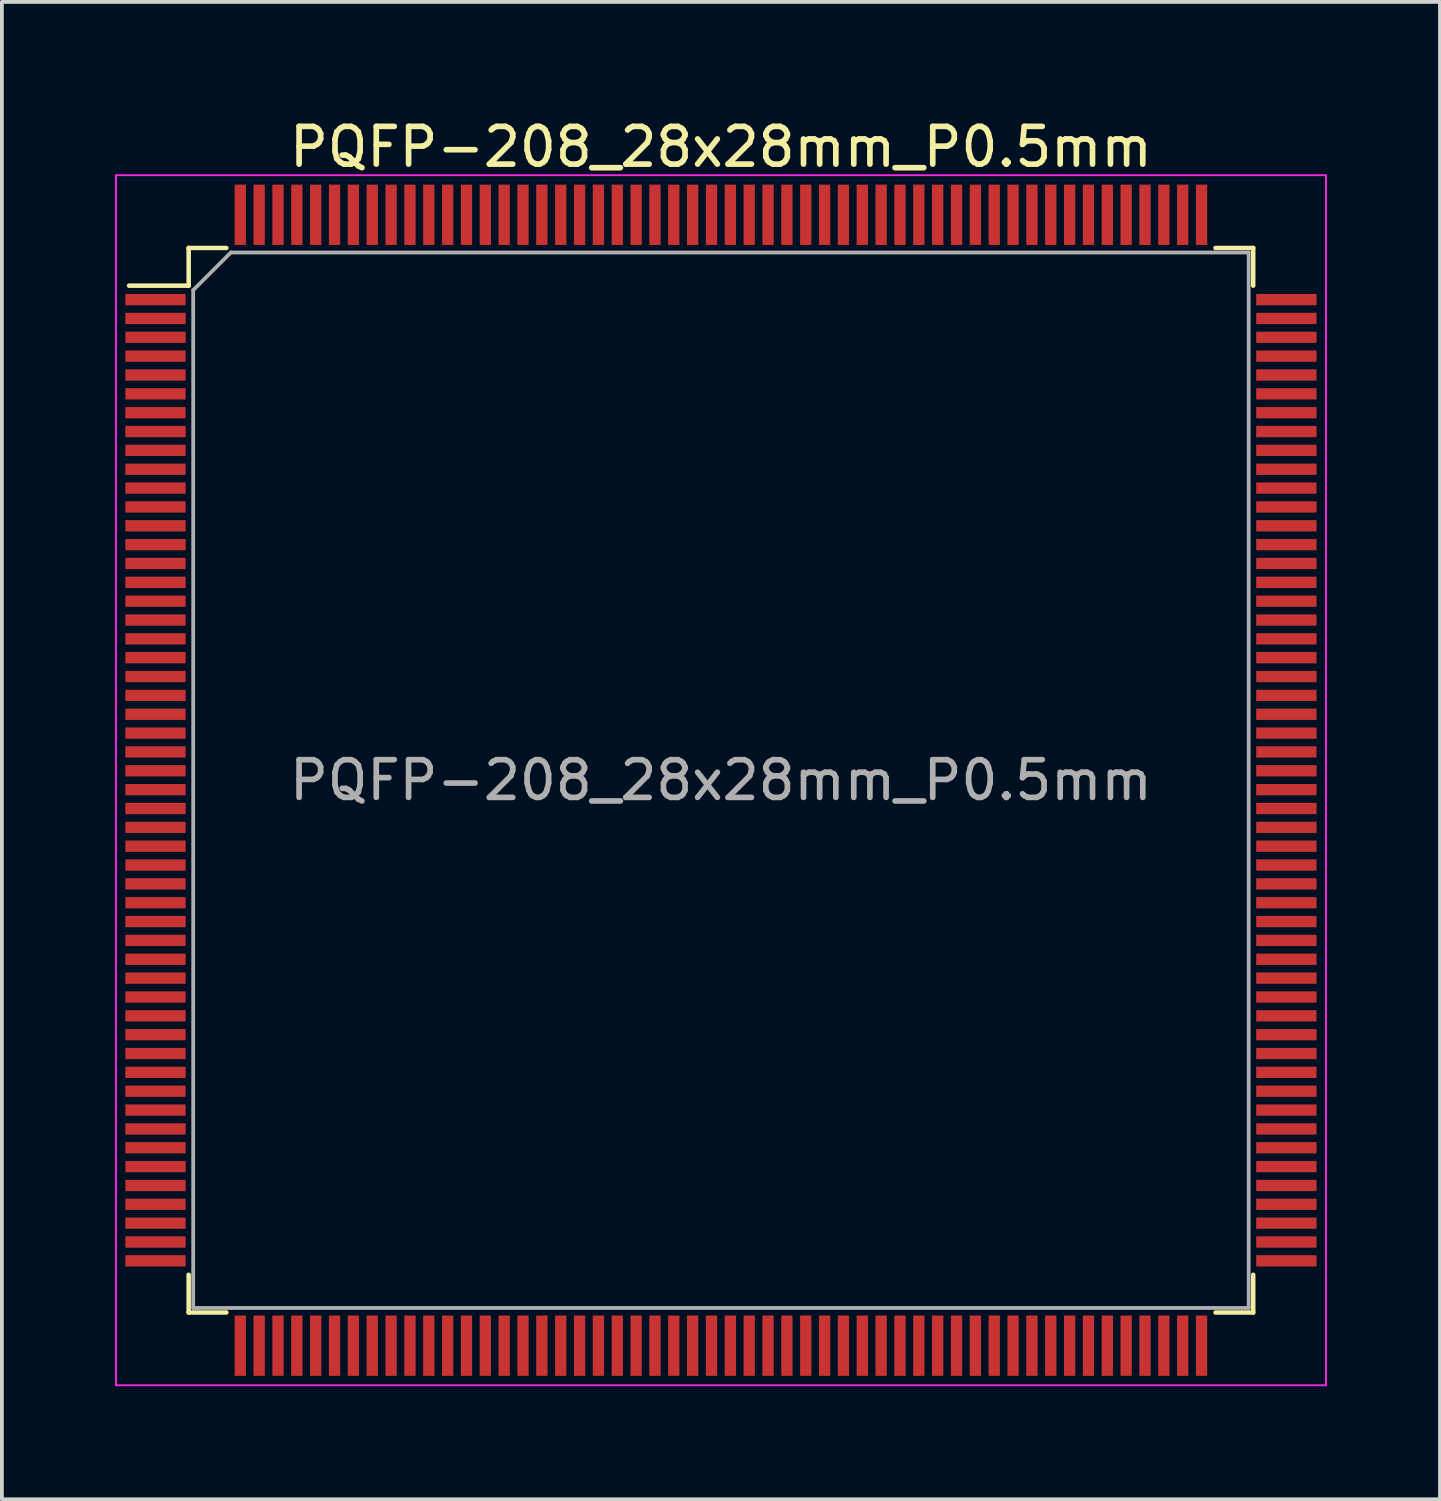
<source format=kicad_pcb>
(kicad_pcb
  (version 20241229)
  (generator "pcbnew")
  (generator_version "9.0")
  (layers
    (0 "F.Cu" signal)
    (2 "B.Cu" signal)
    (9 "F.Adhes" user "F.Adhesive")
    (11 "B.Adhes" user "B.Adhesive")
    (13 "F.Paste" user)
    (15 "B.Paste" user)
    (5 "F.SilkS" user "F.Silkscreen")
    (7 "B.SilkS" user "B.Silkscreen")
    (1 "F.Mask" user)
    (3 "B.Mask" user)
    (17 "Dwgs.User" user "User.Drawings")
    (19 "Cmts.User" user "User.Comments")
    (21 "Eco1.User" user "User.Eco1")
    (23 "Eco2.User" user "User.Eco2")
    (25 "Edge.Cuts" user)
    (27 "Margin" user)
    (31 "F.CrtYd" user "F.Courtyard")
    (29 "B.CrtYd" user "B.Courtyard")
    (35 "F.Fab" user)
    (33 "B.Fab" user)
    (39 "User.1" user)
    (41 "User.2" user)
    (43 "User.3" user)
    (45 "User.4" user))
  (footprint "PQFP-208_28x28mm_P0.5mm"
    (layer "F.Cu")
    (at 16.075 17.648)
    (property "Reference" "PQFP-208_28x28mm_P0.5mm" (at 0 -16.8 0) (layer "F.SilkS") (effects (font (size 1 1) (thickness 0.15))))
    (attr smd)
    (fp_line (start -15.7 -13.12) (end -14.12 -13.12) (stroke (width 0.12) (type solid)) (layer "F.SilkS"))
    (fp_line (start -14.12 -14.12) (end -14.12 -13.12) (stroke (width 0.12) (type solid)) (layer "F.SilkS"))
    (fp_line (start -14.12 14.12) (end -14.12 13.12) (stroke (width 0.12) (type solid)) (layer "F.SilkS"))
    (fp_line (start -13.12 -14.12) (end -14.12 -14.12) (stroke (width 0.12) (type solid)) (layer "F.SilkS"))
    (fp_line (start -13.12 14.12) (end -14.12 14.12) (stroke (width 0.12) (type solid)) (layer "F.SilkS"))
    (fp_line (start 13.12 -14.12) (end 14.12 -14.12) (stroke (width 0.12) (type solid)) (layer "F.SilkS"))
    (fp_line (start 13.12 14.12) (end 14.12 14.12) (stroke (width 0.12) (type solid)) (layer "F.SilkS"))
    (fp_line (start 14.12 -14.12) (end 14.12 -13.12) (stroke (width 0.12) (type solid)) (layer "F.SilkS"))
    (fp_line (start 14.12 14.12) (end 14.12 13.12) (stroke (width 0.12) (type solid)) (layer "F.SilkS"))
    (fp_line (start -16.05 -16.05) (end 16.05 -16.05) (stroke (width 0.05) (type solid)) (layer "F.CrtYd"))
    (fp_line (start -16.05 16.05) (end -16.05 -16.05) (stroke (width 0.05) (type solid)) (layer "F.CrtYd"))
    (fp_line (start 16.05 -16.05) (end 16.05 16.05) (stroke (width 0.05) (type solid)) (layer "F.CrtYd"))
    (fp_line (start 16.05 16.05) (end -16.05 16.05) (stroke (width 0.05) (type solid)) (layer "F.CrtYd"))
    (fp_line (start -14 -13) (end -14 14) (stroke (width 0.1) (type solid)) (layer "F.Fab"))
    (fp_line (start -14 14) (end 14 14) (stroke (width 0.1) (type solid)) (layer "F.Fab"))
    (fp_line (start -13 -14) (end -14 -13) (stroke (width 0.1) (type solid)) (layer "F.Fab"))
    (fp_line (start 14 -14) (end -13 -14) (stroke (width 0.1) (type solid)) (layer "F.Fab"))
    (fp_line (start 14 14) (end 14 -14) (stroke (width 0.1) (type solid)) (layer "F.Fab"))
    (fp_text user "${REFERENCE}" (at 0 0 0) (layer "F.Fab") (effects (font (size 1 1) (thickness 0.15))))
    (pad "1" smd rect (at -15 -12.75) (size 1.6 0.3) (layers "F.Cu" "F.Mask" "F.Paste"))
    (pad "2" smd rect (at -15 -12.25) (size 1.6 0.3) (layers "F.Cu" "F.Mask" "F.Paste"))
    (pad "3" smd rect (at -15 -11.75) (size 1.6 0.3) (layers "F.Cu" "F.Mask" "F.Paste"))
    (pad "4" smd rect (at -15 -11.25) (size 1.6 0.3) (layers "F.Cu" "F.Mask" "F.Paste"))
    (pad "5" smd rect (at -15 -10.75) (size 1.6 0.3) (layers "F.Cu" "F.Mask" "F.Paste"))
    (pad "6" smd rect (at -15 -10.25) (size 1.6 0.3) (layers "F.Cu" "F.Mask" "F.Paste"))
    (pad "7" smd rect (at -15 -9.75) (size 1.6 0.3) (layers "F.Cu" "F.Mask" "F.Paste"))
    (pad "8" smd rect (at -15 -9.25) (size 1.6 0.3) (layers "F.Cu" "F.Mask" "F.Paste"))
    (pad "9" smd rect (at -15 -8.75) (size 1.6 0.3) (layers "F.Cu" "F.Mask" "F.Paste"))
    (pad "10" smd rect (at -15 -8.25) (size 1.6 0.3) (layers "F.Cu" "F.Mask" "F.Paste"))
    (pad "11" smd rect (at -15 -7.75) (size 1.6 0.3) (layers "F.Cu" "F.Mask" "F.Paste"))
    (pad "12" smd rect (at -15 -7.25) (size 1.6 0.3) (layers "F.Cu" "F.Mask" "F.Paste"))
    (pad "13" smd rect (at -15 -6.75) (size 1.6 0.3) (layers "F.Cu" "F.Mask" "F.Paste"))
    (pad "14" smd rect (at -15 -6.25) (size 1.6 0.3) (layers "F.Cu" "F.Mask" "F.Paste"))
    (pad "15" smd rect (at -15 -5.75) (size 1.6 0.3) (layers "F.Cu" "F.Mask" "F.Paste"))
    (pad "16" smd rect (at -15 -5.25) (size 1.6 0.3) (layers "F.Cu" "F.Mask" "F.Paste"))
    (pad "17" smd rect (at -15 -4.75) (size 1.6 0.3) (layers "F.Cu" "F.Mask" "F.Paste"))
    (pad "18" smd rect (at -15 -4.25) (size 1.6 0.3) (layers "F.Cu" "F.Mask" "F.Paste"))
    (pad "19" smd rect (at -15 -3.75) (size 1.6 0.3) (layers "F.Cu" "F.Mask" "F.Paste"))
    (pad "20" smd rect (at -15 -3.25) (size 1.6 0.3) (layers "F.Cu" "F.Mask" "F.Paste"))
    (pad "21" smd rect (at -15 -2.75) (size 1.6 0.3) (layers "F.Cu" "F.Mask" "F.Paste"))
    (pad "22" smd rect (at -15 -2.25) (size 1.6 0.3) (layers "F.Cu" "F.Mask" "F.Paste"))
    (pad "23" smd rect (at -15 -1.75) (size 1.6 0.3) (layers "F.Cu" "F.Mask" "F.Paste"))
    (pad "24" smd rect (at -15 -1.25) (size 1.6 0.3) (layers "F.Cu" "F.Mask" "F.Paste"))
    (pad "25" smd rect (at -15 -0.75) (size 1.6 0.3) (layers "F.Cu" "F.Mask" "F.Paste"))
    (pad "26" smd rect (at -15 -0.25) (size 1.6 0.3) (layers "F.Cu" "F.Mask" "F.Paste"))
    (pad "27" smd rect (at -15 0.25) (size 1.6 0.3) (layers "F.Cu" "F.Mask" "F.Paste"))
    (pad "28" smd rect (at -15 0.75) (size 1.6 0.3) (layers "F.Cu" "F.Mask" "F.Paste"))
    (pad "29" smd rect (at -15 1.25) (size 1.6 0.3) (layers "F.Cu" "F.Mask" "F.Paste"))
    (pad "30" smd rect (at -15 1.75) (size 1.6 0.3) (layers "F.Cu" "F.Mask" "F.Paste"))
    (pad "31" smd rect (at -15 2.25) (size 1.6 0.3) (layers "F.Cu" "F.Mask" "F.Paste"))
    (pad "32" smd rect (at -15 2.75) (size 1.6 0.3) (layers "F.Cu" "F.Mask" "F.Paste"))
    (pad "33" smd rect (at -15 3.25) (size 1.6 0.3) (layers "F.Cu" "F.Mask" "F.Paste"))
    (pad "34" smd rect (at -15 3.75) (size 1.6 0.3) (layers "F.Cu" "F.Mask" "F.Paste"))
    (pad "35" smd rect (at -15 4.25) (size 1.6 0.3) (layers "F.Cu" "F.Mask" "F.Paste"))
    (pad "36" smd rect (at -15 4.75) (size 1.6 0.3) (layers "F.Cu" "F.Mask" "F.Paste"))
    (pad "37" smd rect (at -15 5.25) (size 1.6 0.3) (layers "F.Cu" "F.Mask" "F.Paste"))
    (pad "38" smd rect (at -15 5.75) (size 1.6 0.3) (layers "F.Cu" "F.Mask" "F.Paste"))
    (pad "39" smd rect (at -15 6.25) (size 1.6 0.3) (layers "F.Cu" "F.Mask" "F.Paste"))
    (pad "40" smd rect (at -15 6.75) (size 1.6 0.3) (layers "F.Cu" "F.Mask" "F.Paste"))
    (pad "41" smd rect (at -15 7.25) (size 1.6 0.3) (layers "F.Cu" "F.Mask" "F.Paste"))
    (pad "42" smd rect (at -15 7.75) (size 1.6 0.3) (layers "F.Cu" "F.Mask" "F.Paste"))
    (pad "43" smd rect (at -15 8.25) (size 1.6 0.3) (layers "F.Cu" "F.Mask" "F.Paste"))
    (pad "44" smd rect (at -15 8.75) (size 1.6 0.3) (layers "F.Cu" "F.Mask" "F.Paste"))
    (pad "45" smd rect (at -15 9.25) (size 1.6 0.3) (layers "F.Cu" "F.Mask" "F.Paste"))
    (pad "46" smd rect (at -15 9.75) (size 1.6 0.3) (layers "F.Cu" "F.Mask" "F.Paste"))
    (pad "47" smd rect (at -15 10.25) (size 1.6 0.3) (layers "F.Cu" "F.Mask" "F.Paste"))
    (pad "48" smd rect (at -15 10.75) (size 1.6 0.3) (layers "F.Cu" "F.Mask" "F.Paste"))
    (pad "49" smd rect (at -15 11.25) (size 1.6 0.3) (layers "F.Cu" "F.Mask" "F.Paste"))
    (pad "50" smd rect (at -15 11.75) (size 1.6 0.3) (layers "F.Cu" "F.Mask" "F.Paste"))
    (pad "51" smd rect (at -15 12.25) (size 1.6 0.3) (layers "F.Cu" "F.Mask" "F.Paste"))
    (pad "52" smd rect (at -15 12.75) (size 1.6 0.3) (layers "F.Cu" "F.Mask" "F.Paste"))
    (pad "53" smd rect (at -12.75 15) (size 0.3 1.6) (layers "F.Cu" "F.Mask" "F.Paste"))
    (pad "54" smd rect (at -12.25 15) (size 0.3 1.6) (layers "F.Cu" "F.Mask" "F.Paste"))
    (pad "55" smd rect (at -11.75 15) (size 0.3 1.6) (layers "F.Cu" "F.Mask" "F.Paste"))
    (pad "56" smd rect (at -11.25 15) (size 0.3 1.6) (layers "F.Cu" "F.Mask" "F.Paste"))
    (pad "57" smd rect (at -10.75 15) (size 0.3 1.6) (layers "F.Cu" "F.Mask" "F.Paste"))
    (pad "58" smd rect (at -10.25 15) (size 0.3 1.6) (layers "F.Cu" "F.Mask" "F.Paste"))
    (pad "59" smd rect (at -9.75 15) (size 0.3 1.6) (layers "F.Cu" "F.Mask" "F.Paste"))
    (pad "60" smd rect (at -9.25 15) (size 0.3 1.6) (layers "F.Cu" "F.Mask" "F.Paste"))
    (pad "61" smd rect (at -8.75 15) (size 0.3 1.6) (layers "F.Cu" "F.Mask" "F.Paste"))
    (pad "62" smd rect (at -8.25 15) (size 0.3 1.6) (layers "F.Cu" "F.Mask" "F.Paste"))
    (pad "63" smd rect (at -7.75 15) (size 0.3 1.6) (layers "F.Cu" "F.Mask" "F.Paste"))
    (pad "64" smd rect (at -7.25 15) (size 0.3 1.6) (layers "F.Cu" "F.Mask" "F.Paste"))
    (pad "65" smd rect (at -6.75 15) (size 0.3 1.6) (layers "F.Cu" "F.Mask" "F.Paste"))
    (pad "66" smd rect (at -6.25 15) (size 0.3 1.6) (layers "F.Cu" "F.Mask" "F.Paste"))
    (pad "67" smd rect (at -5.75 15) (size 0.3 1.6) (layers "F.Cu" "F.Mask" "F.Paste"))
    (pad "68" smd rect (at -5.25 15) (size 0.3 1.6) (layers "F.Cu" "F.Mask" "F.Paste"))
    (pad "69" smd rect (at -4.75 15) (size 0.3 1.6) (layers "F.Cu" "F.Mask" "F.Paste"))
    (pad "70" smd rect (at -4.25 15) (size 0.3 1.6) (layers "F.Cu" "F.Mask" "F.Paste"))
    (pad "71" smd rect (at -3.75 15) (size 0.3 1.6) (layers "F.Cu" "F.Mask" "F.Paste"))
    (pad "72" smd rect (at -3.25 15) (size 0.3 1.6) (layers "F.Cu" "F.Mask" "F.Paste"))
    (pad "73" smd rect (at -2.75 15) (size 0.3 1.6) (layers "F.Cu" "F.Mask" "F.Paste"))
    (pad "74" smd rect (at -2.25 15) (size 0.3 1.6) (layers "F.Cu" "F.Mask" "F.Paste"))
    (pad "75" smd rect (at -1.75 15) (size 0.3 1.6) (layers "F.Cu" "F.Mask" "F.Paste"))
    (pad "76" smd rect (at -1.25 15) (size 0.3 1.6) (layers "F.Cu" "F.Mask" "F.Paste"))
    (pad "77" smd rect (at -0.75 15) (size 0.3 1.6) (layers "F.Cu" "F.Mask" "F.Paste"))
    (pad "78" smd rect (at -0.25 15) (size 0.3 1.6) (layers "F.Cu" "F.Mask" "F.Paste"))
    (pad "79" smd rect (at 0.25 15) (size 0.3 1.6) (layers "F.Cu" "F.Mask" "F.Paste"))
    (pad "80" smd rect (at 0.75 15) (size 0.3 1.6) (layers "F.Cu" "F.Mask" "F.Paste"))
    (pad "81" smd rect (at 1.25 15) (size 0.3 1.6) (layers "F.Cu" "F.Mask" "F.Paste"))
    (pad "82" smd rect (at 1.75 15) (size 0.3 1.6) (layers "F.Cu" "F.Mask" "F.Paste"))
    (pad "83" smd rect (at 2.25 15) (size 0.3 1.6) (layers "F.Cu" "F.Mask" "F.Paste"))
    (pad "84" smd rect (at 2.75 15) (size 0.3 1.6) (layers "F.Cu" "F.Mask" "F.Paste"))
    (pad "85" smd rect (at 3.25 15) (size 0.3 1.6) (layers "F.Cu" "F.Mask" "F.Paste"))
    (pad "86" smd rect (at 3.75 15) (size 0.3 1.6) (layers "F.Cu" "F.Mask" "F.Paste"))
    (pad "87" smd rect (at 4.25 15) (size 0.3 1.6) (layers "F.Cu" "F.Mask" "F.Paste"))
    (pad "88" smd rect (at 4.75 15) (size 0.3 1.6) (layers "F.Cu" "F.Mask" "F.Paste"))
    (pad "89" smd rect (at 5.25 15) (size 0.3 1.6) (layers "F.Cu" "F.Mask" "F.Paste"))
    (pad "90" smd rect (at 5.75 15) (size 0.3 1.6) (layers "F.Cu" "F.Mask" "F.Paste"))
    (pad "91" smd rect (at 6.25 15) (size 0.3 1.6) (layers "F.Cu" "F.Mask" "F.Paste"))
    (pad "92" smd rect (at 6.75 15) (size 0.3 1.6) (layers "F.Cu" "F.Mask" "F.Paste"))
    (pad "93" smd rect (at 7.25 15) (size 0.3 1.6) (layers "F.Cu" "F.Mask" "F.Paste"))
    (pad "94" smd rect (at 7.75 15) (size 0.3 1.6) (layers "F.Cu" "F.Mask" "F.Paste"))
    (pad "95" smd rect (at 8.25 15) (size 0.3 1.6) (layers "F.Cu" "F.Mask" "F.Paste"))
    (pad "96" smd rect (at 8.75 15) (size 0.3 1.6) (layers "F.Cu" "F.Mask" "F.Paste"))
    (pad "97" smd rect (at 9.25 15) (size 0.3 1.6) (layers "F.Cu" "F.Mask" "F.Paste"))
    (pad "98" smd rect (at 9.75 15) (size 0.3 1.6) (layers "F.Cu" "F.Mask" "F.Paste"))
    (pad "99" smd rect (at 10.25 15) (size 0.3 1.6) (layers "F.Cu" "F.Mask" "F.Paste"))
    (pad "100" smd rect (at 10.75 15) (size 0.3 1.6) (layers "F.Cu" "F.Mask" "F.Paste"))
    (pad "101" smd rect (at 11.25 15) (size 0.3 1.6) (layers "F.Cu" "F.Mask" "F.Paste"))
    (pad "102" smd rect (at 11.75 15) (size 0.3 1.6) (layers "F.Cu" "F.Mask" "F.Paste"))
    (pad "103" smd rect (at 12.25 15) (size 0.3 1.6) (layers "F.Cu" "F.Mask" "F.Paste"))
    (pad "104" smd rect (at 12.75 15) (size 0.3 1.6) (layers "F.Cu" "F.Mask" "F.Paste"))
    (pad "105" smd rect (at 15 12.75) (size 1.6 0.3) (layers "F.Cu" "F.Mask" "F.Paste"))
    (pad "106" smd rect (at 15 12.25) (size 1.6 0.3) (layers "F.Cu" "F.Mask" "F.Paste"))
    (pad "107" smd rect (at 15 11.75) (size 1.6 0.3) (layers "F.Cu" "F.Mask" "F.Paste"))
    (pad "108" smd rect (at 15 11.25) (size 1.6 0.3) (layers "F.Cu" "F.Mask" "F.Paste"))
    (pad "109" smd rect (at 15 10.75) (size 1.6 0.3) (layers "F.Cu" "F.Mask" "F.Paste"))
    (pad "110" smd rect (at 15 10.25) (size 1.6 0.3) (layers "F.Cu" "F.Mask" "F.Paste"))
    (pad "111" smd rect (at 15 9.75) (size 1.6 0.3) (layers "F.Cu" "F.Mask" "F.Paste"))
    (pad "112" smd rect (at 15 9.25) (size 1.6 0.3) (layers "F.Cu" "F.Mask" "F.Paste"))
    (pad "113" smd rect (at 15 8.75) (size 1.6 0.3) (layers "F.Cu" "F.Mask" "F.Paste"))
    (pad "114" smd rect (at 15 8.25) (size 1.6 0.3) (layers "F.Cu" "F.Mask" "F.Paste"))
    (pad "115" smd rect (at 15 7.75) (size 1.6 0.3) (layers "F.Cu" "F.Mask" "F.Paste"))
    (pad "116" smd rect (at 15 7.25) (size 1.6 0.3) (layers "F.Cu" "F.Mask" "F.Paste"))
    (pad "117" smd rect (at 15 6.75) (size 1.6 0.3) (layers "F.Cu" "F.Mask" "F.Paste"))
    (pad "118" smd rect (at 15 6.25) (size 1.6 0.3) (layers "F.Cu" "F.Mask" "F.Paste"))
    (pad "119" smd rect (at 15 5.75) (size 1.6 0.3) (layers "F.Cu" "F.Mask" "F.Paste"))
    (pad "120" smd rect (at 15 5.25) (size 1.6 0.3) (layers "F.Cu" "F.Mask" "F.Paste"))
    (pad "121" smd rect (at 15 4.75) (size 1.6 0.3) (layers "F.Cu" "F.Mask" "F.Paste"))
    (pad "122" smd rect (at 15 4.25) (size 1.6 0.3) (layers "F.Cu" "F.Mask" "F.Paste"))
    (pad "123" smd rect (at 15 3.75) (size 1.6 0.3) (layers "F.Cu" "F.Mask" "F.Paste"))
    (pad "124" smd rect (at 15 3.25) (size 1.6 0.3) (layers "F.Cu" "F.Mask" "F.Paste"))
    (pad "125" smd rect (at 15 2.75) (size 1.6 0.3) (layers "F.Cu" "F.Mask" "F.Paste"))
    (pad "126" smd rect (at 15 2.25) (size 1.6 0.3) (layers "F.Cu" "F.Mask" "F.Paste"))
    (pad "127" smd rect (at 15 1.75) (size 1.6 0.3) (layers "F.Cu" "F.Mask" "F.Paste"))
    (pad "128" smd rect (at 15 1.25) (size 1.6 0.3) (layers "F.Cu" "F.Mask" "F.Paste"))
    (pad "129" smd rect (at 15 0.75) (size 1.6 0.3) (layers "F.Cu" "F.Mask" "F.Paste"))
    (pad "130" smd rect (at 15 0.25) (size 1.6 0.3) (layers "F.Cu" "F.Mask" "F.Paste"))
    (pad "131" smd rect (at 15 -0.25) (size 1.6 0.3) (layers "F.Cu" "F.Mask" "F.Paste"))
    (pad "132" smd rect (at 15 -0.75) (size 1.6 0.3) (layers "F.Cu" "F.Mask" "F.Paste"))
    (pad "133" smd rect (at 15 -1.25) (size 1.6 0.3) (layers "F.Cu" "F.Mask" "F.Paste"))
    (pad "134" smd rect (at 15 -1.75) (size 1.6 0.3) (layers "F.Cu" "F.Mask" "F.Paste"))
    (pad "135" smd rect (at 15 -2.25) (size 1.6 0.3) (layers "F.Cu" "F.Mask" "F.Paste"))
    (pad "136" smd rect (at 15 -2.75) (size 1.6 0.3) (layers "F.Cu" "F.Mask" "F.Paste"))
    (pad "137" smd rect (at 15 -3.25) (size 1.6 0.3) (layers "F.Cu" "F.Mask" "F.Paste"))
    (pad "138" smd rect (at 15 -3.75) (size 1.6 0.3) (layers "F.Cu" "F.Mask" "F.Paste"))
    (pad "139" smd rect (at 15 -4.25) (size 1.6 0.3) (layers "F.Cu" "F.Mask" "F.Paste"))
    (pad "140" smd rect (at 15 -4.75) (size 1.6 0.3) (layers "F.Cu" "F.Mask" "F.Paste"))
    (pad "141" smd rect (at 15 -5.25) (size 1.6 0.3) (layers "F.Cu" "F.Mask" "F.Paste"))
    (pad "142" smd rect (at 15 -5.75) (size 1.6 0.3) (layers "F.Cu" "F.Mask" "F.Paste"))
    (pad "143" smd rect (at 15 -6.25) (size 1.6 0.3) (layers "F.Cu" "F.Mask" "F.Paste"))
    (pad "144" smd rect (at 15 -6.75) (size 1.6 0.3) (layers "F.Cu" "F.Mask" "F.Paste"))
    (pad "145" smd rect (at 15 -7.25) (size 1.6 0.3) (layers "F.Cu" "F.Mask" "F.Paste"))
    (pad "146" smd rect (at 15 -7.75) (size 1.6 0.3) (layers "F.Cu" "F.Mask" "F.Paste"))
    (pad "147" smd rect (at 15 -8.25) (size 1.6 0.3) (layers "F.Cu" "F.Mask" "F.Paste"))
    (pad "148" smd rect (at 15 -8.75) (size 1.6 0.3) (layers "F.Cu" "F.Mask" "F.Paste"))
    (pad "149" smd rect (at 15 -9.25) (size 1.6 0.3) (layers "F.Cu" "F.Mask" "F.Paste"))
    (pad "150" smd rect (at 15 -9.75) (size 1.6 0.3) (layers "F.Cu" "F.Mask" "F.Paste"))
    (pad "151" smd rect (at 15 -10.25) (size 1.6 0.3) (layers "F.Cu" "F.Mask" "F.Paste"))
    (pad "152" smd rect (at 15 -10.75) (size 1.6 0.3) (layers "F.Cu" "F.Mask" "F.Paste"))
    (pad "153" smd rect (at 15 -11.25) (size 1.6 0.3) (layers "F.Cu" "F.Mask" "F.Paste"))
    (pad "154" smd rect (at 15 -11.75) (size 1.6 0.3) (layers "F.Cu" "F.Mask" "F.Paste"))
    (pad "155" smd rect (at 15 -12.25) (size 1.6 0.3) (layers "F.Cu" "F.Mask" "F.Paste"))
    (pad "156" smd rect (at 15 -12.75) (size 1.6 0.3) (layers "F.Cu" "F.Mask" "F.Paste"))
    (pad "157" smd rect (at 12.75 -15) (size 0.3 1.6) (layers "F.Cu" "F.Mask" "F.Paste"))
    (pad "158" smd rect (at 12.25 -15) (size 0.3 1.6) (layers "F.Cu" "F.Mask" "F.Paste"))
    (pad "159" smd rect (at 11.75 -15) (size 0.3 1.6) (layers "F.Cu" "F.Mask" "F.Paste"))
    (pad "160" smd rect (at 11.25 -15) (size 0.3 1.6) (layers "F.Cu" "F.Mask" "F.Paste"))
    (pad "161" smd rect (at 10.75 -15) (size 0.3 1.6) (layers "F.Cu" "F.Mask" "F.Paste"))
    (pad "162" smd rect (at 10.25 -15) (size 0.3 1.6) (layers "F.Cu" "F.Mask" "F.Paste"))
    (pad "163" smd rect (at 9.75 -15) (size 0.3 1.6) (layers "F.Cu" "F.Mask" "F.Paste"))
    (pad "164" smd rect (at 9.25 -15) (size 0.3 1.6) (layers "F.Cu" "F.Mask" "F.Paste"))
    (pad "165" smd rect (at 8.75 -15) (size 0.3 1.6) (layers "F.Cu" "F.Mask" "F.Paste"))
    (pad "166" smd rect (at 8.25 -15) (size 0.3 1.6) (layers "F.Cu" "F.Mask" "F.Paste"))
    (pad "167" smd rect (at 7.75 -15) (size 0.3 1.6) (layers "F.Cu" "F.Mask" "F.Paste"))
    (pad "168" smd rect (at 7.25 -15) (size 0.3 1.6) (layers "F.Cu" "F.Mask" "F.Paste"))
    (pad "169" smd rect (at 6.75 -15) (size 0.3 1.6) (layers "F.Cu" "F.Mask" "F.Paste"))
    (pad "170" smd rect (at 6.25 -15) (size 0.3 1.6) (layers "F.Cu" "F.Mask" "F.Paste"))
    (pad "171" smd rect (at 5.75 -15) (size 0.3 1.6) (layers "F.Cu" "F.Mask" "F.Paste"))
    (pad "172" smd rect (at 5.25 -15) (size 0.3 1.6) (layers "F.Cu" "F.Mask" "F.Paste"))
    (pad "173" smd rect (at 4.75 -15) (size 0.3 1.6) (layers "F.Cu" "F.Mask" "F.Paste"))
    (pad "174" smd rect (at 4.25 -15) (size 0.3 1.6) (layers "F.Cu" "F.Mask" "F.Paste"))
    (pad "175" smd rect (at 3.75 -15) (size 0.3 1.6) (layers "F.Cu" "F.Mask" "F.Paste"))
    (pad "176" smd rect (at 3.25 -15) (size 0.3 1.6) (layers "F.Cu" "F.Mask" "F.Paste"))
    (pad "177" smd rect (at 2.75 -15) (size 0.3 1.6) (layers "F.Cu" "F.Mask" "F.Paste"))
    (pad "178" smd rect (at 2.25 -15) (size 0.3 1.6) (layers "F.Cu" "F.Mask" "F.Paste"))
    (pad "179" smd rect (at 1.75 -15) (size 0.3 1.6) (layers "F.Cu" "F.Mask" "F.Paste"))
    (pad "180" smd rect (at 1.25 -15) (size 0.3 1.6) (layers "F.Cu" "F.Mask" "F.Paste"))
    (pad "181" smd rect (at 0.75 -15) (size 0.3 1.6) (layers "F.Cu" "F.Mask" "F.Paste"))
    (pad "182" smd rect (at 0.25 -15) (size 0.3 1.6) (layers "F.Cu" "F.Mask" "F.Paste"))
    (pad "183" smd rect (at -0.25 -15) (size 0.3 1.6) (layers "F.Cu" "F.Mask" "F.Paste"))
    (pad "184" smd rect (at -0.75 -15) (size 0.3 1.6) (layers "F.Cu" "F.Mask" "F.Paste"))
    (pad "185" smd rect (at -1.25 -15) (size 0.3 1.6) (layers "F.Cu" "F.Mask" "F.Paste"))
    (pad "186" smd rect (at -1.75 -15) (size 0.3 1.6) (layers "F.Cu" "F.Mask" "F.Paste"))
    (pad "187" smd rect (at -2.25 -15) (size 0.3 1.6) (layers "F.Cu" "F.Mask" "F.Paste"))
    (pad "188" smd rect (at -2.75 -15) (size 0.3 1.6) (layers "F.Cu" "F.Mask" "F.Paste"))
    (pad "189" smd rect (at -3.25 -15) (size 0.3 1.6) (layers "F.Cu" "F.Mask" "F.Paste"))
    (pad "190" smd rect (at -3.75 -15) (size 0.3 1.6) (layers "F.Cu" "F.Mask" "F.Paste"))
    (pad "191" smd rect (at -4.25 -15) (size 0.3 1.6) (layers "F.Cu" "F.Mask" "F.Paste"))
    (pad "192" smd rect (at -4.75 -15) (size 0.3 1.6) (layers "F.Cu" "F.Mask" "F.Paste"))
    (pad "193" smd rect (at -5.25 -15) (size 0.3 1.6) (layers "F.Cu" "F.Mask" "F.Paste"))
    (pad "194" smd rect (at -5.75 -15) (size 0.3 1.6) (layers "F.Cu" "F.Mask" "F.Paste"))
    (pad "195" smd rect (at -6.25 -15) (size 0.3 1.6) (layers "F.Cu" "F.Mask" "F.Paste"))
    (pad "196" smd rect (at -6.75 -15) (size 0.3 1.6) (layers "F.Cu" "F.Mask" "F.Paste"))
    (pad "197" smd rect (at -7.25 -15) (size 0.3 1.6) (layers "F.Cu" "F.Mask" "F.Paste"))
    (pad "198" smd rect (at -7.75 -15) (size 0.3 1.6) (layers "F.Cu" "F.Mask" "F.Paste"))
    (pad "199" smd rect (at -8.25 -15) (size 0.3 1.6) (layers "F.Cu" "F.Mask" "F.Paste"))
    (pad "200" smd rect (at -8.75 -15) (size 0.3 1.6) (layers "F.Cu" "F.Mask" "F.Paste"))
    (pad "201" smd rect (at -9.25 -15) (size 0.3 1.6) (layers "F.Cu" "F.Mask" "F.Paste"))
    (pad "202" smd rect (at -9.75 -15) (size 0.3 1.6) (layers "F.Cu" "F.Mask" "F.Paste"))
    (pad "203" smd rect (at -10.25 -15) (size 0.3 1.6) (layers "F.Cu" "F.Mask" "F.Paste"))
    (pad "204" smd rect (at -10.75 -15) (size 0.3 1.6) (layers "F.Cu" "F.Mask" "F.Paste"))
    (pad "205" smd rect (at -11.25 -15) (size 0.3 1.6) (layers "F.Cu" "F.Mask" "F.Paste"))
    (pad "206" smd rect (at -11.75 -15) (size 0.3 1.6) (layers "F.Cu" "F.Mask" "F.Paste"))
    (pad "207" smd rect (at -12.25 -15) (size 0.3 1.6) (layers "F.Cu" "F.Mask" "F.Paste"))
    (pad "208" smd rect (at -12.75 -15) (size 0.3 1.6) (layers "F.Cu" "F.Mask" "F.Paste")))
  (gr_rect
    (start -3 -3)
    (end 35.15 36.723)
    (stroke (width 0.1) (type default))
    (fill no)
    (layer "Edge.Cuts")))
</source>
